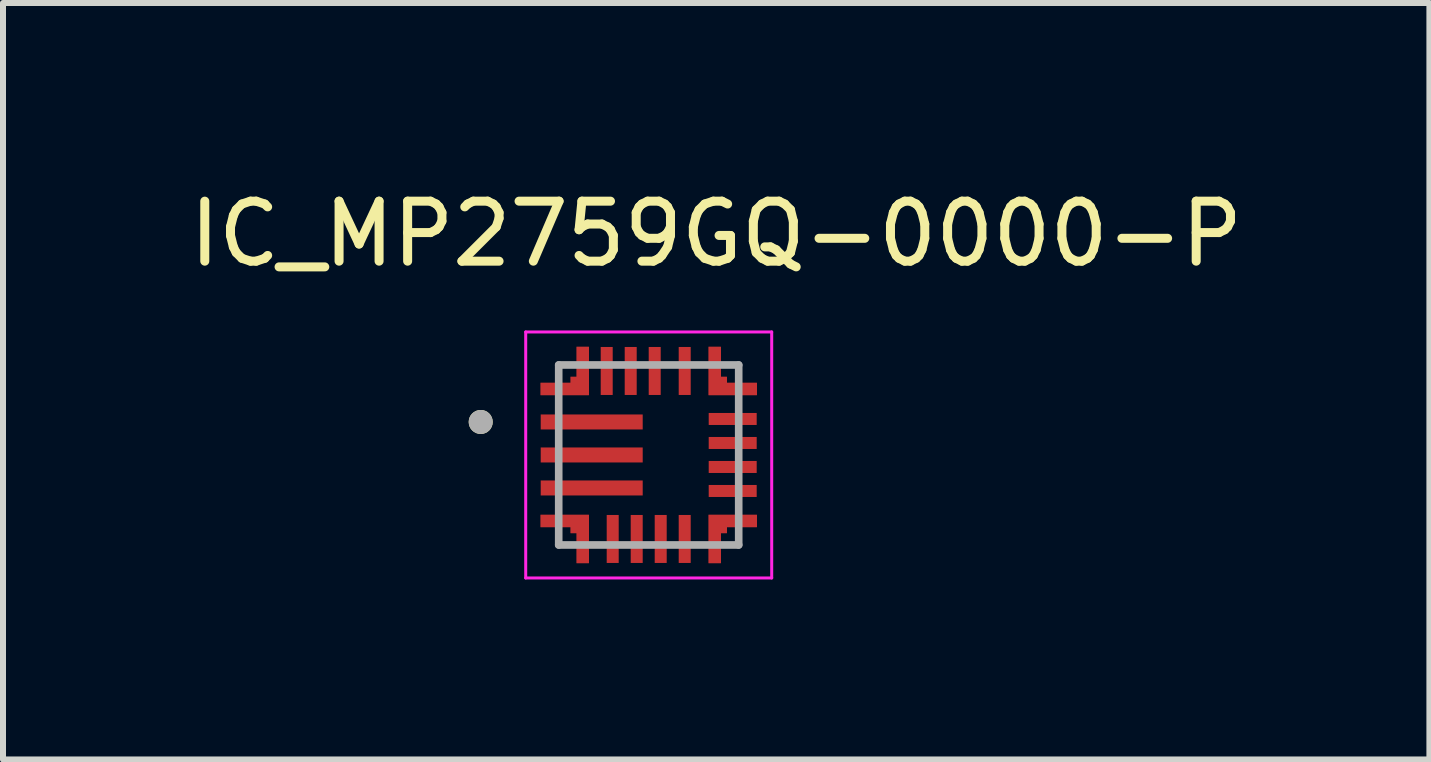
<source format=kicad_pcb>
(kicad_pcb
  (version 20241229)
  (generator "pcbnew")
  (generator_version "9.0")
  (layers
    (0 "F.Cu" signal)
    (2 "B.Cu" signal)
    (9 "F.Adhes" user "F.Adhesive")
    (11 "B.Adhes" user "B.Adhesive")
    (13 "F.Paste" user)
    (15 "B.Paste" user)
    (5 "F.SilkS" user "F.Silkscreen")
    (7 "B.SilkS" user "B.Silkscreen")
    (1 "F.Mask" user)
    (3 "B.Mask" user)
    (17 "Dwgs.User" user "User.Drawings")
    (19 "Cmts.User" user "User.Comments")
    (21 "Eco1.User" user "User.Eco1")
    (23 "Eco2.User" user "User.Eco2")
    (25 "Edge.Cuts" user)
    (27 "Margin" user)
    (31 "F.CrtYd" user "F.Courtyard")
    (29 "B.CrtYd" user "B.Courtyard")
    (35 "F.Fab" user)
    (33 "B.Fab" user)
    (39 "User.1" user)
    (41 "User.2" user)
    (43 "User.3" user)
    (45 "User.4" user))
  (footprint "IC_MP2759GQ-0000-P"
    (layer "F.Cu")
    (at 7.762 4.533)
    (property "Reference" "IC_MP2759GQ-0000-P" (at 1.125 -3.685 0) (layer "F.SilkS") (effects (font (size 1 1) (thickness 0.15))))
    (attr smd)
    (fp_poly (pts (xy -1.9 1.3) (xy -1.9 0.9) (xy -0.9 0.9) (xy -0.9 1.9) (xy -1.3 1.9) (xy -1.3 1.4) (xy -1.4 1.4) (xy -1.4 1.3)) (stroke (width 0.01) (type solid)) (fill yes) (layer "F.Mask"))
    (fp_poly (pts (xy -1.3 -1.9) (xy -0.9 -1.9) (xy -0.9 -0.9) (xy -1.9 -0.9) (xy -1.9 -1.3) (xy -1.4 -1.3) (xy -1.4 -1.4) (xy -1.3 -1.4)) (stroke (width 0.01) (type solid)) (fill yes) (layer "F.Mask"))
    (fp_poly (pts (xy 1.3 1.9) (xy 0.9 1.9) (xy 0.9 0.9) (xy 1.9 0.9) (xy 1.9 1.3) (xy 1.4 1.3) (xy 1.4 1.4) (xy 1.3 1.4)) (stroke (width 0.01) (type solid)) (fill yes) (layer "F.Mask"))
    (fp_poly (pts (xy 1.9 -1.3) (xy 1.9 -0.9) (xy 0.9 -0.9) (xy 0.9 -1.9) (xy 1.3 -1.9) (xy 1.3 -1.4) (xy 1.4 -1.4) (xy 1.4 -1.3)) (stroke (width 0.01) (type solid)) (fill yes) (layer "F.Mask"))
    (fp_circle (center -2.8 -0.55) (end -2.7 -0.55) (stroke (width 0.2) (type solid)) (fill no) (layer "F.SilkS"))
    (fp_poly (pts (xy -1.8 1) (xy -1 1) (xy -1 1.8) (xy -1.2 1.8) (xy -1.2 1.3) (xy -1.3 1.3) (xy -1.3 1.2) (xy -1.8 1.2)) (stroke (width 0.01) (type solid)) (fill yes) (layer "F.Paste"))
    (fp_poly (pts (xy -1 -1.8) (xy -1 -1) (xy -1.8 -1) (xy -1.8 -1.2) (xy -1.3 -1.2) (xy -1.3 -1.3) (xy -1.2 -1.3) (xy -1.2 -1.8)) (stroke (width 0.01) (type solid)) (fill yes) (layer "F.Paste"))
    (fp_poly (pts (xy 1 1.8) (xy 1 1) (xy 1.8 1) (xy 1.8 1.2) (xy 1.3 1.2) (xy 1.3 1.3) (xy 1.2 1.3) (xy 1.2 1.8)) (stroke (width 0.01) (type solid)) (fill yes) (layer "F.Paste"))
    (fp_poly (pts (xy 1.8 -1) (xy 1 -1) (xy 1 -1.8) (xy 1.2 -1.8) (xy 1.2 -1.3) (xy 1.3 -1.3) (xy 1.3 -1.2) (xy 1.8 -1.2)) (stroke (width 0.01) (type solid)) (fill yes) (layer "F.Paste"))
    (fp_line (start -2.05 -2.05) (end -2.05 2.05) (stroke (width 0.05) (type solid)) (layer "F.CrtYd"))
    (fp_line (start -2.05 2.05) (end 2.05 2.05) (stroke (width 0.05) (type solid)) (layer "F.CrtYd"))
    (fp_line (start 2.05 -2.05) (end -2.05 -2.05) (stroke (width 0.05) (type solid)) (layer "F.CrtYd"))
    (fp_line (start 2.05 2.05) (end 2.05 -2.05) (stroke (width 0.05) (type solid)) (layer "F.CrtYd"))
    (fp_line (start -1.5 -1.5) (end 1.5 -1.5) (stroke (width 0.127) (type solid)) (layer "F.Fab"))
    (fp_line (start -1.5 1.5) (end -1.5 -1.5) (stroke (width 0.127) (type solid)) (layer "F.Fab"))
    (fp_line (start 1.5 -1.5) (end 1.5 1.5) (stroke (width 0.127) (type solid)) (layer "F.Fab"))
    (fp_line (start 1.5 1.5) (end -1.5 1.5) (stroke (width 0.127) (type solid)) (layer "F.Fab"))
    (fp_circle (center -2.8 -0.55) (end -2.7 -0.55) (stroke (width 0.2) (type solid)) (fill no) (layer "F.Fab"))
    (pad "1" smd rect (at -0.95 -0.55) (size 1.7 0.25) (layers "F.Cu" "F.Mask" "F.Paste"))
    (pad "2" smd rect (at -0.95 0) (size 1.7 0.25) (layers "F.Cu" "F.Mask" "F.Paste"))
    (pad "3" smd rect (at -0.95 0.55) (size 1.7 0.25) (layers "F.Cu" "F.Mask" "F.Paste"))
    (pad "4" smd custom (at -1.15 1.15) (size 0.1 0.1) (layers "F.Cu") (options (anchor rect)) (primitives (gr_poly (pts (xy -0.65 -0.15) (xy 0.15 -0.15) (xy 0.15 0.65) (xy -0.05 0.65) (xy -0.05 0.15) (xy -0.15 0.15) (xy -0.15 0.05) (xy -0.65 0.05)) (width 0.01) (fill yes))))
    (pad "5" smd rect (at -0.6 1.4) (size 0.2 0.8) (layers "F.Cu" "F.Mask" "F.Paste"))
    (pad "6" smd rect (at -0.2 1.4) (size 0.2 0.8) (layers "F.Cu" "F.Mask" "F.Paste"))
    (pad "7" smd rect (at 0.2 1.4) (size 0.2 0.8) (layers "F.Cu" "F.Mask" "F.Paste"))
    (pad "8" smd rect (at 0.6 1.4) (size 0.2 0.8) (layers "F.Cu" "F.Mask" "F.Paste"))
    (pad "9" smd custom (at 1.15 1.15) (size 0.1 0.1) (layers "F.Cu") (options (anchor rect)) (primitives (gr_poly (pts (xy -0.15 0.65) (xy -0.15 -0.15) (xy 0.65 -0.15) (xy 0.65 0.05) (xy 0.15 0.05) (xy 0.15 0.15) (xy 0.05 0.15) (xy 0.05 0.65)) (width 0.01) (fill yes))))
    (pad "10" smd rect (at 1.4 0.6) (size 0.8 0.2) (layers "F.Cu" "F.Mask" "F.Paste"))
    (pad "11" smd rect (at 1.4 0.2) (size 0.8 0.2) (layers "F.Cu" "F.Mask" "F.Paste"))
    (pad "12" smd rect (at 1.4 -0.2) (size 0.8 0.2) (layers "F.Cu" "F.Mask" "F.Paste"))
    (pad "13" smd rect (at 1.4 -0.6) (size 0.8 0.2) (layers "F.Cu" "F.Mask" "F.Paste"))
    (pad "14" smd custom (at 1.15 -1.15) (size 0.1 0.1) (layers "F.Cu") (options (anchor rect)) (primitives (gr_poly (pts (xy 0.65 0.15) (xy -0.15 0.15) (xy -0.15 -0.65) (xy 0.05 -0.65) (xy 0.05 -0.15) (xy 0.15 -0.15) (xy 0.15 -0.05) (xy 0.65 -0.05)) (width 0.01) (fill yes))))
    (pad "15" smd rect (at 0.6 -1.4) (size 0.2 0.8) (layers "F.Cu" "F.Mask" "F.Paste"))
    (pad "16" smd rect (at 0.1 -1.4) (size 0.2 0.8) (layers "F.Cu" "F.Mask" "F.Paste"))
    (pad "17" smd rect (at -0.3 -1.4) (size 0.2 0.8) (layers "F.Cu" "F.Mask" "F.Paste"))
    (pad "18" smd rect (at -0.7 -1.4) (size 0.2 0.8) (layers "F.Cu" "F.Mask" "F.Paste"))
    (pad "19" smd custom (at -1.15 -1.15) (size 0.1 0.1) (layers "F.Cu") (options (anchor rect)) (primitives (gr_poly (pts (xy 0.15 -0.65) (xy 0.15 0.15) (xy -0.65 0.15) (xy -0.65 -0.05) (xy -0.15 -0.05) (xy -0.15 -0.15) (xy -0.05 -0.15) (xy -0.05 -0.65)) (width 0.01) (fill yes)))))
  (gr_rect
    (start -3 -3)
    (end 20.774 9.608)
    (stroke (width 0.1) (type default))
    (fill no)
    (layer "Edge.Cuts")))
</source>
